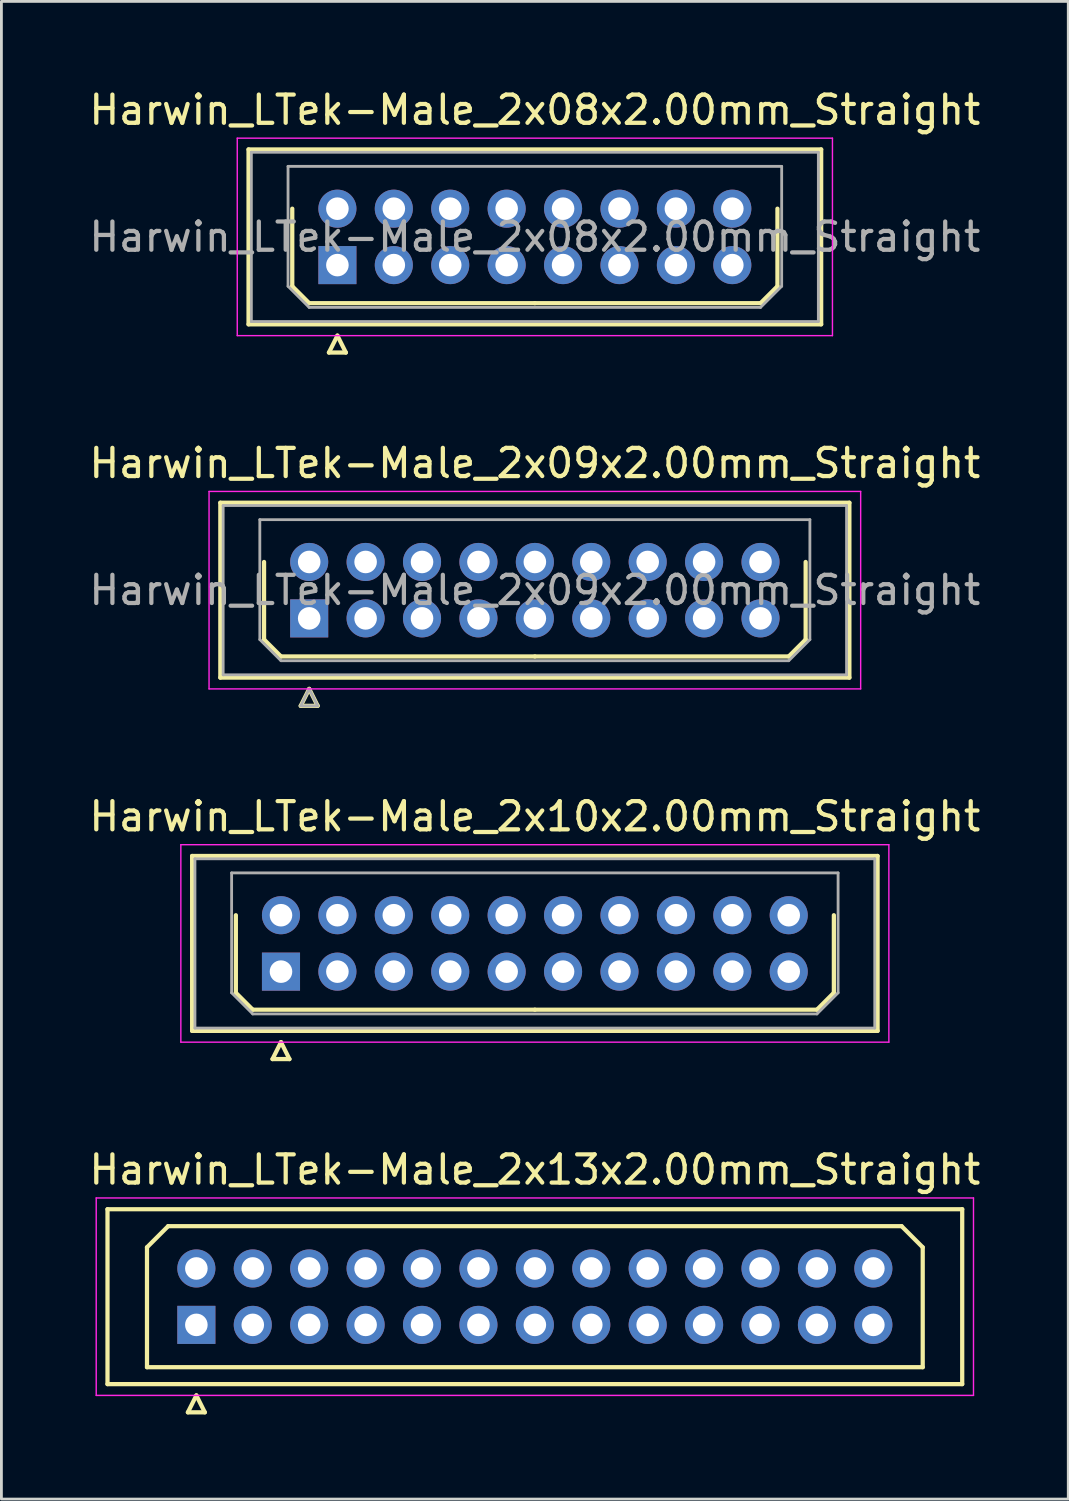
<source format=kicad_pcb>
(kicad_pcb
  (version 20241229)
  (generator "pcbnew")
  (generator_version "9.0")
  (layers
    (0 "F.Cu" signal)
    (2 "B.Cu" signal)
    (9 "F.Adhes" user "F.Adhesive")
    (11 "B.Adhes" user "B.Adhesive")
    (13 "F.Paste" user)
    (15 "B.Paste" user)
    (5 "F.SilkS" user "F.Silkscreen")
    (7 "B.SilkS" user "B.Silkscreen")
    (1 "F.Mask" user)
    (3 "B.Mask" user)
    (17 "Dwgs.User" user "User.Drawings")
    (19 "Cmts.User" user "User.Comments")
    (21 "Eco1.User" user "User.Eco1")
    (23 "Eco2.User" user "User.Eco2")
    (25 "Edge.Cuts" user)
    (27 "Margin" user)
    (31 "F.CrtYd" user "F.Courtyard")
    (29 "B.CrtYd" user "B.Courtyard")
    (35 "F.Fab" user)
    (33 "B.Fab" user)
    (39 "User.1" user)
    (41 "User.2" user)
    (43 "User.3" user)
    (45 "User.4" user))
  (footprint "Harwin_LTek-Male_2x10x2.00mm_Straight"
    (layer "F.Cu")
    (at 6.911 31.395)
    (property "Reference" "Harwin_LTek-Male_2x10x2.00mm_Straight" (at 9 -5.5 0) (layer "F.SilkS") (effects (font (size 1 1) (thickness 0.15))))
    (attr through_hole)
    (fp_line (start -3.15 -4.1) (end -3.15 2.1) (stroke (width 0.15) (type solid)) (layer "F.SilkS"))
    (fp_line (start -3.15 2.1) (end 21.15 2.1) (stroke (width 0.15) (type solid)) (layer "F.SilkS"))
    (fp_line (start -1.6 -2) (end -1.6 0.75) (stroke (width 0.15) (type solid)) (layer "F.SilkS"))
    (fp_line (start -1.6 0.75) (end -1 1.35) (stroke (width 0.15) (type solid)) (layer "F.SilkS"))
    (fp_line (start -1 1.35) (end 9 1.35) (stroke (width 0.15) (type solid)) (layer "F.SilkS"))
    (fp_line (start -0.3 3.1) (end 0.3 3.1) (stroke (width 0.15) (type solid)) (layer "F.SilkS"))
    (fp_line (start 0 2.5) (end -0.3 3.1) (stroke (width 0.15) (type solid)) (layer "F.SilkS"))
    (fp_line (start 0.3 3.1) (end 0 2.5) (stroke (width 0.15) (type solid)) (layer "F.SilkS"))
    (fp_line (start 19 1.35) (end 9 1.35) (stroke (width 0.15) (type solid)) (layer "F.SilkS"))
    (fp_line (start 19.6 -2) (end 19.6 0.75) (stroke (width 0.15) (type solid)) (layer "F.SilkS"))
    (fp_line (start 19.6 0.75) (end 19 1.35) (stroke (width 0.15) (type solid)) (layer "F.SilkS"))
    (fp_line (start 21.15 -4.1) (end -3.15 -4.1) (stroke (width 0.15) (type solid)) (layer "F.SilkS"))
    (fp_line (start 21.15 2.1) (end 21.15 -4.1) (stroke (width 0.15) (type solid)) (layer "F.SilkS"))
    (fp_line (start -3.55 -4.5) (end -3.55 2.5) (stroke (width 0.05) (type solid)) (layer "F.CrtYd"))
    (fp_line (start -3.55 2.5) (end 21.55 2.5) (stroke (width 0.05) (type solid)) (layer "F.CrtYd"))
    (fp_line (start 21.55 -4.5) (end -3.55 -4.5) (stroke (width 0.05) (type solid)) (layer "F.CrtYd"))
    (fp_line (start 21.55 2.5) (end 21.55 -4.5) (stroke (width 0.05) (type solid)) (layer "F.CrtYd"))
    (fp_line (start -3.05 -4) (end -3.05 2) (stroke (width 0.1) (type solid)) (layer "F.Fab"))
    (fp_line (start -3.05 2) (end 21.05 2) (stroke (width 0.1) (type solid)) (layer "F.Fab"))
    (fp_line (start -1.75 -3.5) (end 19.75 -3.5) (stroke (width 0.1) (type solid)) (layer "F.Fab"))
    (fp_line (start -1.75 0.75) (end -1.75 -3.5) (stroke (width 0.1) (type solid)) (layer "F.Fab"))
    (fp_line (start -1 1.5) (end -1.75 0.75) (stroke (width 0.1) (type solid)) (layer "F.Fab"))
    (fp_line (start 19 1.5) (end -1 1.5) (stroke (width 0.1) (type solid)) (layer "F.Fab"))
    (fp_line (start 19.75 -3.5) (end 19.75 0.75) (stroke (width 0.1) (type solid)) (layer "F.Fab"))
    (fp_line (start 19.75 0.75) (end 19 1.5) (stroke (width 0.1) (type solid)) (layer "F.Fab"))
    (fp_line (start 21.05 -4) (end -3.05 -4) (stroke (width 0.1) (type solid)) (layer "F.Fab"))
    (fp_line (start 21.05 2) (end 21.05 -4) (stroke (width 0.1) (type solid)) (layer "F.Fab"))
    (pad "1" thru_hole rect (at 0 0) (size 1.35 1.35) (drill 0.8) (layers "*.Cu" "*.Mask"))
    (pad "2" thru_hole circle (at 0 -2) (size 1.35 1.35) (drill 0.8) (layers "*.Cu" "*.Mask"))
    (pad "3" thru_hole circle (at 2 0) (size 1.35 1.35) (drill 0.8) (layers "*.Cu" "*.Mask"))
    (pad "4" thru_hole circle (at 2 -2) (size 1.35 1.35) (drill 0.8) (layers "*.Cu" "*.Mask"))
    (pad "5" thru_hole circle (at 4 0) (size 1.35 1.35) (drill 0.8) (layers "*.Cu" "*.Mask"))
    (pad "6" thru_hole circle (at 4 -2) (size 1.35 1.35) (drill 0.8) (layers "*.Cu" "*.Mask"))
    (pad "7" thru_hole circle (at 6 0) (size 1.35 1.35) (drill 0.8) (layers "*.Cu" "*.Mask"))
    (pad "8" thru_hole circle (at 6 -2) (size 1.35 1.35) (drill 0.8) (layers "*.Cu" "*.Mask"))
    (pad "9" thru_hole circle (at 8 0) (size 1.35 1.35) (drill 0.8) (layers "*.Cu" "*.Mask"))
    (pad "10" thru_hole circle (at 8 -2) (size 1.35 1.35) (drill 0.8) (layers "*.Cu" "*.Mask"))
    (pad "11" thru_hole circle (at 10 0) (size 1.35 1.35) (drill 0.8) (layers "*.Cu" "*.Mask"))
    (pad "12" thru_hole circle (at 10 -2) (size 1.35 1.35) (drill 0.8) (layers "*.Cu" "*.Mask"))
    (pad "13" thru_hole circle (at 12 0) (size 1.35 1.35) (drill 0.8) (layers "*.Cu" "*.Mask"))
    (pad "14" thru_hole circle (at 12 -2) (size 1.35 1.35) (drill 0.8) (layers "*.Cu" "*.Mask"))
    (pad "15" thru_hole circle (at 14 0) (size 1.35 1.35) (drill 0.8) (layers "*.Cu" "*.Mask"))
    (pad "16" thru_hole circle (at 14 -2) (size 1.35 1.35) (drill 0.8) (layers "*.Cu" "*.Mask"))
    (pad "17" thru_hole circle (at 16 0) (size 1.35 1.35) (drill 0.8) (layers "*.Cu" "*.Mask"))
    (pad "18" thru_hole circle (at 16 -2) (size 1.35 1.35) (drill 0.8) (layers "*.Cu" "*.Mask"))
    (pad "19" thru_hole circle (at 18 0) (size 1.35 1.35) (drill 0.8) (layers "*.Cu" "*.Mask"))
    (pad "20" thru_hole circle (at 18 -2) (size 1.35 1.35) (drill 0.8) (layers "*.Cu" "*.Mask")))
  (footprint "Harwin_LTek-Male_2x13x2.00mm_Straight"
    (layer "F.Cu")
    (at 3.911 43.918)
    (property "Reference" "Harwin_LTek-Male_2x13x2.00mm_Straight" (at 12 -5.5 0) (layer "F.SilkS") (effects (font (size 1 1) (thickness 0.15))))
    (attr through_hole)
    (fp_line (start -3.15 -4.1) (end -3.15 2.1) (stroke (width 0.15) (type solid)) (layer "F.SilkS"))
    (fp_line (start -3.15 2.1) (end 27.15 2.1) (stroke (width 0.15) (type solid)) (layer "F.SilkS"))
    (fp_line (start -1.75 -2.75) (end -1 -3.5) (stroke (width 0.15) (type solid)) (layer "F.SilkS"))
    (fp_line (start -1.75 1.5) (end -1.75 -2.75) (stroke (width 0.15) (type solid)) (layer "F.SilkS"))
    (fp_line (start -1 -3.5) (end 25 -3.5) (stroke (width 0.15) (type solid)) (layer "F.SilkS"))
    (fp_line (start -0.3 3.1) (end 0.3 3.1) (stroke (width 0.15) (type solid)) (layer "F.SilkS"))
    (fp_line (start 0 2.5) (end -0.3 3.1) (stroke (width 0.15) (type solid)) (layer "F.SilkS"))
    (fp_line (start 0.3 3.1) (end 0 2.5) (stroke (width 0.15) (type solid)) (layer "F.SilkS"))
    (fp_line (start 25 -3.5) (end 25.75 -2.75) (stroke (width 0.15) (type solid)) (layer "F.SilkS"))
    (fp_line (start 25.75 -2.75) (end 25.75 1.5) (stroke (width 0.15) (type solid)) (layer "F.SilkS"))
    (fp_line (start 25.75 1.5) (end -1.75 1.5) (stroke (width 0.15) (type solid)) (layer "F.SilkS"))
    (fp_line (start 27.15 -4.1) (end -3.15 -4.1) (stroke (width 0.15) (type solid)) (layer "F.SilkS"))
    (fp_line (start 27.15 2.1) (end 27.15 -4.1) (stroke (width 0.15) (type solid)) (layer "F.SilkS"))
    (fp_line (start -3.55 -4.5) (end -3.55 2.5) (stroke (width 0.05) (type solid)) (layer "F.CrtYd"))
    (fp_line (start -3.55 2.5) (end 27.55 2.5) (stroke (width 0.05) (type solid)) (layer "F.CrtYd"))
    (fp_line (start 27.55 -4.5) (end -3.55 -4.5) (stroke (width 0.05) (type solid)) (layer "F.CrtYd"))
    (fp_line (start 27.55 2.5) (end 27.55 -4.5) (stroke (width 0.05) (type solid)) (layer "F.CrtYd"))
    (pad "1" thru_hole rect (at 0 0) (size 1.35 1.35) (drill 0.8) (layers "*.Cu" "*.Mask"))
    (pad "2" thru_hole circle (at 0 -2) (size 1.35 1.35) (drill 0.8) (layers "*.Cu" "*.Mask"))
    (pad "3" thru_hole circle (at 2 0) (size 1.35 1.35) (drill 0.8) (layers "*.Cu" "*.Mask"))
    (pad "4" thru_hole circle (at 2 -2) (size 1.35 1.35) (drill 0.8) (layers "*.Cu" "*.Mask"))
    (pad "5" thru_hole circle (at 4 0) (size 1.35 1.35) (drill 0.8) (layers "*.Cu" "*.Mask"))
    (pad "6" thru_hole circle (at 4 -2) (size 1.35 1.35) (drill 0.8) (layers "*.Cu" "*.Mask"))
    (pad "7" thru_hole circle (at 6 0) (size 1.35 1.35) (drill 0.8) (layers "*.Cu" "*.Mask"))
    (pad "8" thru_hole circle (at 6 -2) (size 1.35 1.35) (drill 0.8) (layers "*.Cu" "*.Mask"))
    (pad "9" thru_hole circle (at 8 0) (size 1.35 1.35) (drill 0.8) (layers "*.Cu" "*.Mask"))
    (pad "10" thru_hole circle (at 8 -2) (size 1.35 1.35) (drill 0.8) (layers "*.Cu" "*.Mask"))
    (pad "11" thru_hole circle (at 10 0) (size 1.35 1.35) (drill 0.8) (layers "*.Cu" "*.Mask"))
    (pad "12" thru_hole circle (at 10 -2) (size 1.35 1.35) (drill 0.8) (layers "*.Cu" "*.Mask"))
    (pad "13" thru_hole circle (at 12 0) (size 1.35 1.35) (drill 0.8) (layers "*.Cu" "*.Mask"))
    (pad "14" thru_hole circle (at 12 -2) (size 1.35 1.35) (drill 0.8) (layers "*.Cu" "*.Mask"))
    (pad "15" thru_hole circle (at 14 0) (size 1.35 1.35) (drill 0.8) (layers "*.Cu" "*.Mask"))
    (pad "16" thru_hole circle (at 14 -2) (size 1.35 1.35) (drill 0.8) (layers "*.Cu" "*.Mask"))
    (pad "17" thru_hole circle (at 16 0) (size 1.35 1.35) (drill 0.8) (layers "*.Cu" "*.Mask"))
    (pad "18" thru_hole circle (at 16 -2) (size 1.35 1.35) (drill 0.8) (layers "*.Cu" "*.Mask"))
    (pad "19" thru_hole circle (at 18 0) (size 1.35 1.35) (drill 0.8) (layers "*.Cu" "*.Mask"))
    (pad "20" thru_hole circle (at 18 -2) (size 1.35 1.35) (drill 0.8) (layers "*.Cu" "*.Mask"))
    (pad "21" thru_hole circle (at 20 0) (size 1.35 1.35) (drill 0.8) (layers "*.Cu" "*.Mask"))
    (pad "22" thru_hole circle (at 20 -2) (size 1.35 1.35) (drill 0.8) (layers "*.Cu" "*.Mask"))
    (pad "23" thru_hole circle (at 22 0) (size 1.35 1.35) (drill 0.8) (layers "*.Cu" "*.Mask"))
    (pad "24" thru_hole circle (at 22 -2) (size 1.35 1.35) (drill 0.8) (layers "*.Cu" "*.Mask"))
    (pad "25" thru_hole circle (at 24 0) (size 1.35 1.35) (drill 0.8) (layers "*.Cu" "*.Mask"))
    (pad "26" thru_hole circle (at 24 -2) (size 1.35 1.35) (drill 0.8) (layers "*.Cu" "*.Mask")))
  (footprint "Harwin_LTek-Male_2x09x2.00mm_Straight"
    (layer "F.Cu")
    (at 7.911 18.872)
    (property "Reference" "Harwin_LTek-Male_2x09x2.00mm_Straight" (at 8 -5.5 0) (layer "F.SilkS") (effects (font (size 1 1) (thickness 0.15))))
    (attr through_hole)
    (fp_line (start -3.15 -4.1) (end -3.15 2.1) (stroke (width 0.15) (type solid)) (layer "F.SilkS"))
    (fp_line (start -3.15 2.1) (end 19.15 2.1) (stroke (width 0.15) (type solid)) (layer "F.SilkS"))
    (fp_line (start -1.6 -2) (end -1.6 0.75) (stroke (width 0.15) (type solid)) (layer "F.SilkS"))
    (fp_line (start -1.6 0.75) (end -1 1.35) (stroke (width 0.15) (type solid)) (layer "F.SilkS"))
    (fp_line (start -1 1.35) (end 8 1.35) (stroke (width 0.15) (type solid)) (layer "F.SilkS"))
    (fp_line (start -0.3 3.1) (end 0.3 3.1) (stroke (width 0.15) (type solid)) (layer "F.SilkS"))
    (fp_line (start 0 2.5) (end -0.3 3.1) (stroke (width 0.15) (type solid)) (layer "F.SilkS"))
    (fp_line (start 0.3 3.1) (end 0 2.5) (stroke (width 0.15) (type solid)) (layer "F.SilkS"))
    (fp_line (start 17 1.35) (end 8 1.35) (stroke (width 0.15) (type solid)) (layer "F.SilkS"))
    (fp_line (start 17.6 -2) (end 17.6 0.75) (stroke (width 0.15) (type solid)) (layer "F.SilkS"))
    (fp_line (start 17.6 0.75) (end 17 1.35) (stroke (width 0.15) (type solid)) (layer "F.SilkS"))
    (fp_line (start 19.15 -4.1) (end -3.15 -4.1) (stroke (width 0.15) (type solid)) (layer "F.SilkS"))
    (fp_line (start 19.15 2.1) (end 19.15 -4.1) (stroke (width 0.15) (type solid)) (layer "F.SilkS"))
    (fp_line (start -3.55 -4.5) (end -3.55 2.5) (stroke (width 0.05) (type solid)) (layer "F.CrtYd"))
    (fp_line (start -3.55 2.5) (end 19.55 2.5) (stroke (width 0.05) (type solid)) (layer "F.CrtYd"))
    (fp_line (start 19.55 -4.5) (end -3.55 -4.5) (stroke (width 0.05) (type solid)) (layer "F.CrtYd"))
    (fp_line (start 19.55 2.5) (end 19.55 -4.5) (stroke (width 0.05) (type solid)) (layer "F.CrtYd"))
    (fp_line (start -3.05 -4) (end -3.05 2) (stroke (width 0.1) (type solid)) (layer "F.Fab"))
    (fp_line (start -3.05 2) (end 19.05 2) (stroke (width 0.1) (type solid)) (layer "F.Fab"))
    (fp_line (start -1.75 -3.5) (end 17.75 -3.5) (stroke (width 0.1) (type solid)) (layer "F.Fab"))
    (fp_line (start -1.75 0.75) (end -1.75 -3.5) (stroke (width 0.1) (type solid)) (layer "F.Fab"))
    (fp_line (start -1 1.5) (end -1.75 0.75) (stroke (width 0.1) (type solid)) (layer "F.Fab"))
    (fp_line (start -0.3 3.1) (end 0.3 3.1) (stroke (width 0.1) (type solid)) (layer "F.Fab"))
    (fp_line (start 0 2.5) (end -0.3 3.1) (stroke (width 0.1) (type solid)) (layer "F.Fab"))
    (fp_line (start 0.3 3.1) (end 0 2.5) (stroke (width 0.1) (type solid)) (layer "F.Fab"))
    (fp_line (start 17 1.5) (end -1 1.5) (stroke (width 0.1) (type solid)) (layer "F.Fab"))
    (fp_line (start 17.75 -3.5) (end 17.75 0.75) (stroke (width 0.1) (type solid)) (layer "F.Fab"))
    (fp_line (start 17.75 0.75) (end 17 1.5) (stroke (width 0.1) (type solid)) (layer "F.Fab"))
    (fp_line (start 19.05 -4) (end -3.05 -4) (stroke (width 0.1) (type solid)) (layer "F.Fab"))
    (fp_line (start 19.05 2) (end 19.05 -4) (stroke (width 0.1) (type solid)) (layer "F.Fab"))
    (fp_text user "${REFERENCE}" (at 8 -1 0) (layer "F.Fab") (effects (font (size 1 1) (thickness 0.15))))
    (pad "1" thru_hole rect (at 0 0) (size 1.35 1.35) (drill 0.8) (layers "*.Cu" "*.Mask"))
    (pad "2" thru_hole circle (at 2 0) (size 1.35 1.35) (drill 0.8) (layers "*.Cu" "*.Mask"))
    (pad "3" thru_hole circle (at 4 0) (size 1.35 1.35) (drill 0.8) (layers "*.Cu" "*.Mask"))
    (pad "4" thru_hole circle (at 6 0) (size 1.35 1.35) (drill 0.8) (layers "*.Cu" "*.Mask"))
    (pad "5" thru_hole circle (at 8 0) (size 1.35 1.35) (drill 0.8) (layers "*.Cu" "*.Mask"))
    (pad "6" thru_hole circle (at 10 0) (size 1.35 1.35) (drill 0.8) (layers "*.Cu" "*.Mask"))
    (pad "7" thru_hole circle (at 12 0) (size 1.35 1.35) (drill 0.8) (layers "*.Cu" "*.Mask"))
    (pad "8" thru_hole circle (at 14 0) (size 1.35 1.35) (drill 0.8) (layers "*.Cu" "*.Mask"))
    (pad "9" thru_hole circle (at 16 0) (size 1.35 1.35) (drill 0.8) (layers "*.Cu" "*.Mask"))
    (pad "10" thru_hole circle (at 0 -2) (size 1.35 1.35) (drill 0.8) (layers "*.Cu" "*.Mask"))
    (pad "11" thru_hole circle (at 2 -2) (size 1.35 1.35) (drill 0.8) (layers "*.Cu" "*.Mask"))
    (pad "12" thru_hole circle (at 4 -2) (size 1.35 1.35) (drill 0.8) (layers "*.Cu" "*.Mask"))
    (pad "13" thru_hole circle (at 6 -2) (size 1.35 1.35) (drill 0.8) (layers "*.Cu" "*.Mask"))
    (pad "14" thru_hole circle (at 8 -2) (size 1.35 1.35) (drill 0.8) (layers "*.Cu" "*.Mask"))
    (pad "15" thru_hole circle (at 10 -2) (size 1.35 1.35) (drill 0.8) (layers "*.Cu" "*.Mask"))
    (pad "16" thru_hole circle (at 12 -2) (size 1.35 1.35) (drill 0.8) (layers "*.Cu" "*.Mask"))
    (pad "17" thru_hole circle (at 14 -2) (size 1.35 1.35) (drill 0.8) (layers "*.Cu" "*.Mask"))
    (pad "18" thru_hole circle (at 16 -2) (size 1.35 1.35) (drill 0.8) (layers "*.Cu" "*.Mask")))
  (footprint "Harwin_LTek-Male_2x08x2.00mm_Straight"
    (layer "F.Cu")
    (at 8.911 6.348)
    (property "Reference" "Harwin_LTek-Male_2x08x2.00mm_Straight" (at 7 -5.5 0) (layer "F.SilkS") (effects (font (size 1 1) (thickness 0.15))))
    (attr through_hole)
    (fp_line (start -3.15 -4.1) (end -3.15 2.1) (stroke (width 0.15) (type solid)) (layer "F.SilkS"))
    (fp_line (start -3.15 2.1) (end 17.15 2.1) (stroke (width 0.15) (type solid)) (layer "F.SilkS"))
    (fp_line (start -1.6 -2) (end -1.6 0.75) (stroke (width 0.15) (type solid)) (layer "F.SilkS"))
    (fp_line (start -1.6 0.75) (end -1 1.35) (stroke (width 0.15) (type solid)) (layer "F.SilkS"))
    (fp_line (start -1 1.35) (end 7 1.35) (stroke (width 0.15) (type solid)) (layer "F.SilkS"))
    (fp_line (start -0.3 3.1) (end 0.3 3.1) (stroke (width 0.15) (type solid)) (layer "F.SilkS"))
    (fp_line (start 0 2.5) (end -0.3 3.1) (stroke (width 0.15) (type solid)) (layer "F.SilkS"))
    (fp_line (start 0.3 3.1) (end 0 2.5) (stroke (width 0.15) (type solid)) (layer "F.SilkS"))
    (fp_line (start 15 1.35) (end 7 1.35) (stroke (width 0.15) (type solid)) (layer "F.SilkS"))
    (fp_line (start 15.6 -2) (end 15.6 0.75) (stroke (width 0.15) (type solid)) (layer "F.SilkS"))
    (fp_line (start 15.6 0.75) (end 15 1.35) (stroke (width 0.15) (type solid)) (layer "F.SilkS"))
    (fp_line (start 17.15 -4.1) (end -3.15 -4.1) (stroke (width 0.15) (type solid)) (layer "F.SilkS"))
    (fp_line (start 17.15 2.1) (end 17.15 -4.1) (stroke (width 0.15) (type solid)) (layer "F.SilkS"))
    (fp_line (start -3.55 -4.5) (end -3.55 2.5) (stroke (width 0.05) (type solid)) (layer "F.CrtYd"))
    (fp_line (start -3.55 2.5) (end 17.55 2.5) (stroke (width 0.05) (type solid)) (layer "F.CrtYd"))
    (fp_line (start 17.55 -4.5) (end -3.55 -4.5) (stroke (width 0.05) (type solid)) (layer "F.CrtYd"))
    (fp_line (start 17.55 2.5) (end 17.55 -4.5) (stroke (width 0.05) (type solid)) (layer "F.CrtYd"))
    (fp_line (start -3.05 -4) (end -3.05 2) (stroke (width 0.1) (type solid)) (layer "F.Fab"))
    (fp_line (start -3.05 2) (end 17.05 2) (stroke (width 0.1) (type solid)) (layer "F.Fab"))
    (fp_line (start -1.75 -3.5) (end 15.75 -3.5) (stroke (width 0.1) (type solid)) (layer "F.Fab"))
    (fp_line (start -1.75 0.75) (end -1.75 -3.5) (stroke (width 0.1) (type solid)) (layer "F.Fab"))
    (fp_line (start -1 1.5) (end -1.75 0.75) (stroke (width 0.1) (type solid)) (layer "F.Fab"))
    (fp_line (start 15 1.5) (end -1 1.5) (stroke (width 0.1) (type solid)) (layer "F.Fab"))
    (fp_line (start 15.75 -3.5) (end 15.75 0.75) (stroke (width 0.1) (type solid)) (layer "F.Fab"))
    (fp_line (start 15.75 0.75) (end 15 1.5) (stroke (width 0.1) (type solid)) (layer "F.Fab"))
    (fp_line (start 17.05 -4) (end -3.05 -4) (stroke (width 0.1) (type solid)) (layer "F.Fab"))
    (fp_line (start 17.05 2) (end 17.05 -4) (stroke (width 0.1) (type solid)) (layer "F.Fab"))
    (fp_text user "${REFERENCE}" (at 7 -1 0) (layer "F.Fab") (effects (font (size 1 1) (thickness 0.15))))
    (pad "1" thru_hole rect (at 0 0) (size 1.35 1.35) (drill 0.8) (layers "*.Cu" "*.Mask"))
    (pad "2" thru_hole circle (at 0 -2) (size 1.35 1.35) (drill 0.8) (layers "*.Cu" "*.Mask"))
    (pad "3" thru_hole circle (at 2 0) (size 1.35 1.35) (drill 0.8) (layers "*.Cu" "*.Mask"))
    (pad "4" thru_hole circle (at 2 -2) (size 1.35 1.35) (drill 0.8) (layers "*.Cu" "*.Mask"))
    (pad "5" thru_hole circle (at 4 0) (size 1.35 1.35) (drill 0.8) (layers "*.Cu" "*.Mask"))
    (pad "6" thru_hole circle (at 4 -2) (size 1.35 1.35) (drill 0.8) (layers "*.Cu" "*.Mask"))
    (pad "7" thru_hole circle (at 6 0) (size 1.35 1.35) (drill 0.8) (layers "*.Cu" "*.Mask"))
    (pad "8" thru_hole circle (at 6 -2) (size 1.35 1.35) (drill 0.8) (layers "*.Cu" "*.Mask"))
    (pad "9" thru_hole circle (at 8 0) (size 1.35 1.35) (drill 0.8) (layers "*.Cu" "*.Mask"))
    (pad "10" thru_hole circle (at 8 -2) (size 1.35 1.35) (drill 0.8) (layers "*.Cu" "*.Mask"))
    (pad "11" thru_hole circle (at 10 0) (size 1.35 1.35) (drill 0.8) (layers "*.Cu" "*.Mask"))
    (pad "12" thru_hole circle (at 10 -2) (size 1.35 1.35) (drill 0.8) (layers "*.Cu" "*.Mask"))
    (pad "13" thru_hole circle (at 12 0) (size 1.35 1.35) (drill 0.8) (layers "*.Cu" "*.Mask"))
    (pad "14" thru_hole circle (at 12 -2) (size 1.35 1.35) (drill 0.8) (layers "*.Cu" "*.Mask"))
    (pad "15" thru_hole circle (at 14 0) (size 1.35 1.35) (drill 0.8) (layers "*.Cu" "*.Mask"))
    (pad "16" thru_hole circle (at 14 -2) (size 1.35 1.35) (drill 0.8) (layers "*.Cu" "*.Mask")))
  (gr_rect
    (start -3 -3)
    (end 34.821 50.093)
    (stroke (width 0.1) (type default))
    (fill no)
    (layer "Edge.Cuts")))
</source>
